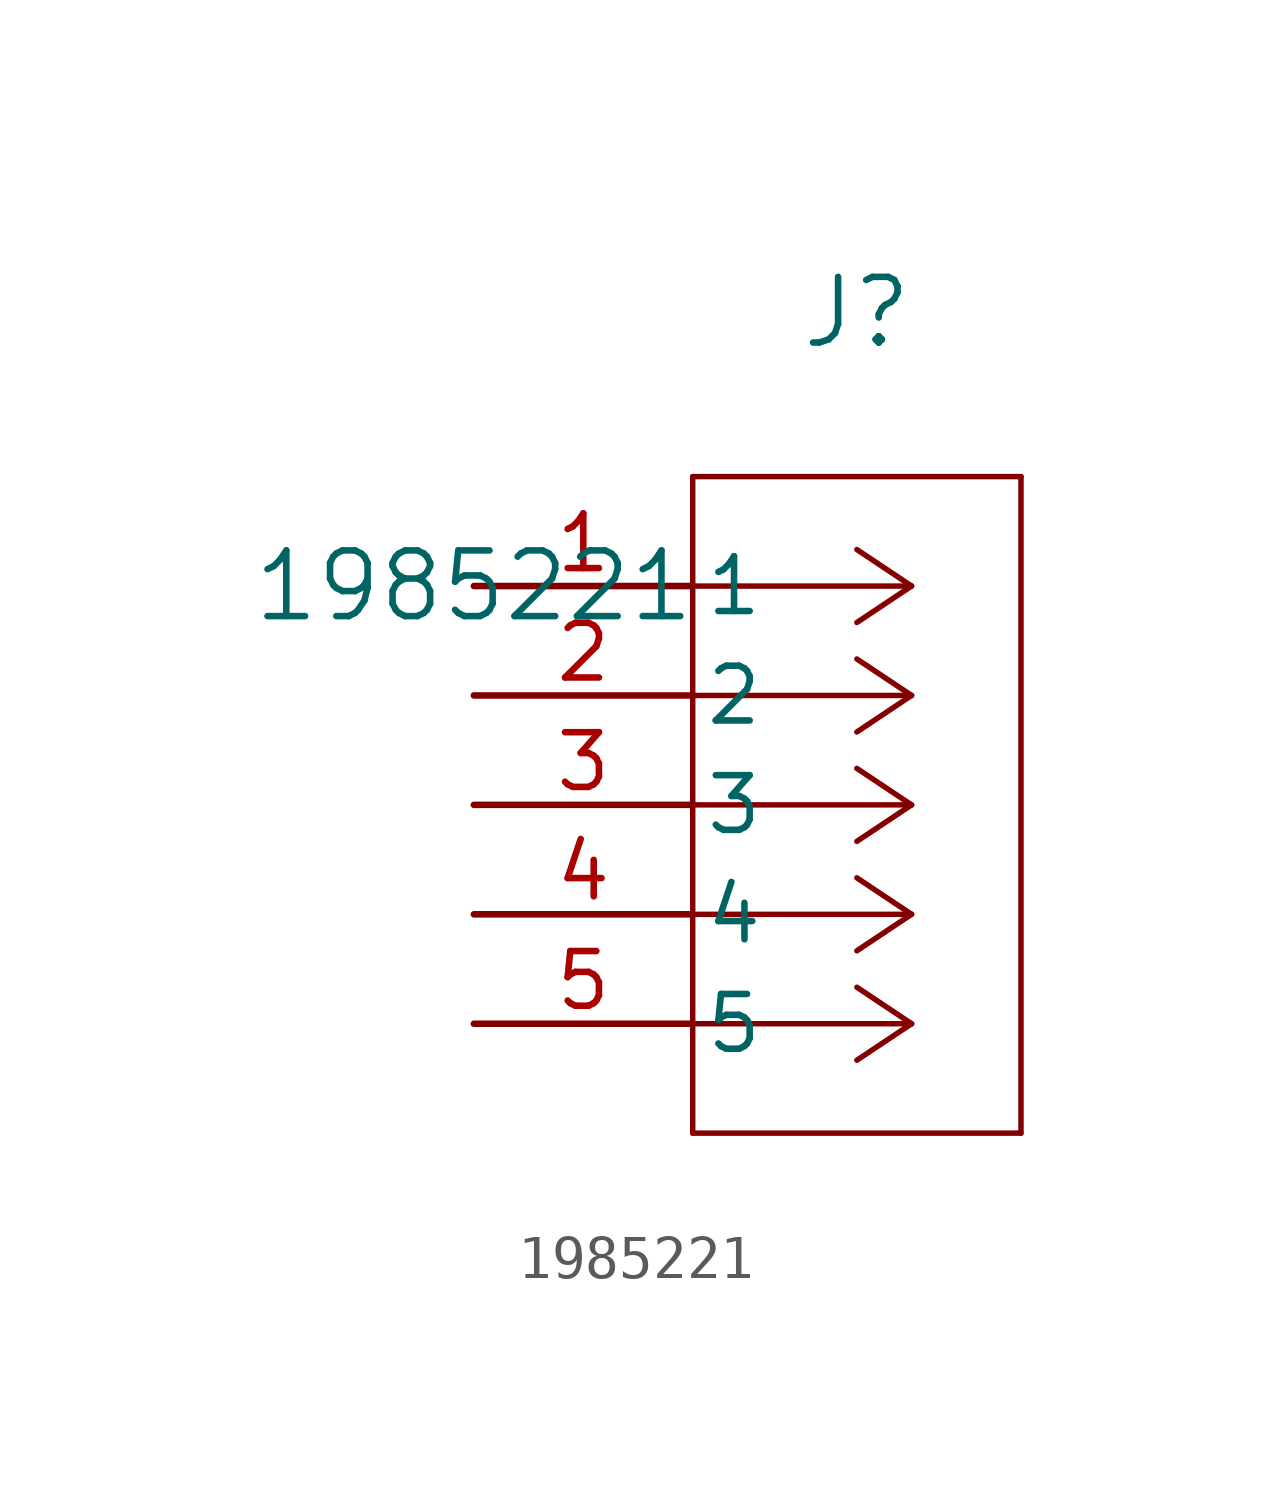
<source format=kicad_sym>
(kicad_symbol_lib
  (version 20211014)
  (generator kicad_symbol_editor)
  (symbol "1985221"
    (pin_names
      (offset 0.254))
    (property "Reference" "J"
      (at 8.89 6.35 0)
      (effects (font (size 1.524 1.524))))
    (property "Value" "1985221"
      (at 0 0 0)
      (effects (font (size 1.524 1.524))))
    (symbol "1985221_0_1"
      (polyline (pts (xy 10.16 0) (xy 5.08 0)) (stroke (width 0.127) (type default) (color 0 0 0 0)) (fill (type none)))
      (polyline (pts (xy 10.16 -2.54) (xy 5.08 -2.54)) (stroke (width 0.127) (type default) (color 0 0 0 0)) (fill (type none)))
      (polyline (pts (xy 10.16 -5.08) (xy 5.08 -5.08)) (stroke (width 0.127) (type default) (color 0 0 0 0)) (fill (type none)))
      (polyline (pts (xy 10.16 -7.62) (xy 5.08 -7.62)) (stroke (width 0.127) (type default) (color 0 0 0 0)) (fill (type none)))
      (polyline (pts (xy 10.16 -10.16) (xy 5.08 -10.16)) (stroke (width 0.127) (type default) (color 0 0 0 0)) (fill (type none)))
      (polyline (pts (xy 10.16 0) (xy 8.89 0.847)) (stroke (width 0.127) (type default) (color 0 0 0 0)) (fill (type none)))
      (polyline (pts (xy 10.16 -2.54) (xy 8.89 -1.693)) (stroke (width 0.127) (type default) (color 0 0 0 0)) (fill (type none)))
      (polyline (pts (xy 10.16 -5.08) (xy 8.89 -4.233)) (stroke (width 0.127) (type default) (color 0 0 0 0)) (fill (type none)))
      (polyline (pts (xy 10.16 -7.62) (xy 8.89 -6.773)) (stroke (width 0.127) (type default) (color 0 0 0 0)) (fill (type none)))
      (polyline (pts (xy 10.16 -10.16) (xy 8.89 -9.313)) (stroke (width 0.127) (type default) (color 0 0 0 0)) (fill (type none)))
      (polyline (pts (xy 10.16 0) (xy 8.89 -0.847)) (stroke (width 0.127) (type default) (color 0 0 0 0)) (fill (type none)))
      (polyline (pts (xy 10.16 -2.54) (xy 8.89 -3.387)) (stroke (width 0.127) (type default) (color 0 0 0 0)) (fill (type none)))
      (polyline (pts (xy 10.16 -5.08) (xy 8.89 -5.927)) (stroke (width 0.127) (type default) (color 0 0 0 0)) (fill (type none)))
      (polyline (pts (xy 10.16 -7.62) (xy 8.89 -8.467)) (stroke (width 0.127) (type default) (color 0 0 0 0)) (fill (type none)))
      (polyline (pts (xy 10.16 -10.16) (xy 8.89 -11.007)) (stroke (width 0.127) (type default) (color 0 0 0 0)) (fill (type none)))
      (polyline (pts (xy 5.08 2.54) (xy 5.08 -12.7)) (stroke (width 0.127) (type default) (color 0 0 0 0)) (fill (type none)))
      (polyline (pts (xy 5.08 -12.7) (xy 12.7 -12.7)) (stroke (width 0.127) (type default) (color 0 0 0 0)) (fill (type none)))
      (polyline (pts (xy 12.7 -12.7) (xy 12.7 2.54)) (stroke (width 0.127) (type default) (color 0 0 0 0)) (fill (type none)))
      (polyline (pts (xy 12.7 2.54) (xy 5.08 2.54)) (stroke (width 0.127) (type default) (color 0 0 0 0)) (fill (type none)))
      (pin unspecified line (at 0 0 0) (length 5.08) (name "1" (effects (font (size 1.27 1.27)))) (number "1" (effects (font (size 1.27 1.27)))))
      (pin unspecified line (at 0 -2.54 0) (length 5.08) (name "2" (effects (font (size 1.27 1.27)))) (number "2" (effects (font (size 1.27 1.27)))))
      (pin unspecified line (at 0 -5.08 0) (length 5.08) (name "3" (effects (font (size 1.27 1.27)))) (number "3" (effects (font (size 1.27 1.27)))))
      (pin unspecified line (at 0 -7.62 0) (length 5.08) (name "4" (effects (font (size 1.27 1.27)))) (number "4" (effects (font (size 1.27 1.27)))))
      (pin unspecified line (at 0 -10.16 0) (length 5.08) (name "5" (effects (font (size 1.27 1.27)))) (number "5" (effects (font (size 1.27 1.27))))))))
</source>
